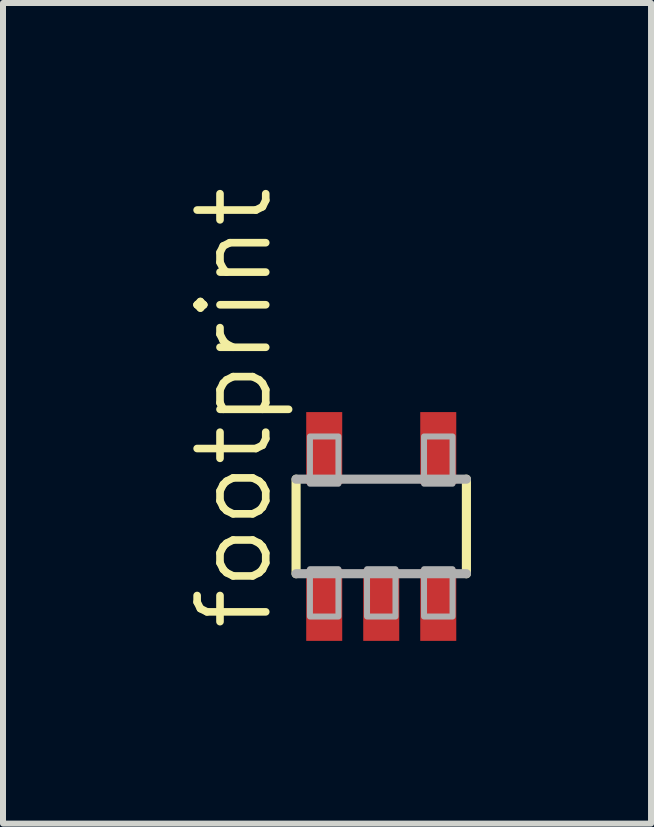
<source format=kicad_pcb>
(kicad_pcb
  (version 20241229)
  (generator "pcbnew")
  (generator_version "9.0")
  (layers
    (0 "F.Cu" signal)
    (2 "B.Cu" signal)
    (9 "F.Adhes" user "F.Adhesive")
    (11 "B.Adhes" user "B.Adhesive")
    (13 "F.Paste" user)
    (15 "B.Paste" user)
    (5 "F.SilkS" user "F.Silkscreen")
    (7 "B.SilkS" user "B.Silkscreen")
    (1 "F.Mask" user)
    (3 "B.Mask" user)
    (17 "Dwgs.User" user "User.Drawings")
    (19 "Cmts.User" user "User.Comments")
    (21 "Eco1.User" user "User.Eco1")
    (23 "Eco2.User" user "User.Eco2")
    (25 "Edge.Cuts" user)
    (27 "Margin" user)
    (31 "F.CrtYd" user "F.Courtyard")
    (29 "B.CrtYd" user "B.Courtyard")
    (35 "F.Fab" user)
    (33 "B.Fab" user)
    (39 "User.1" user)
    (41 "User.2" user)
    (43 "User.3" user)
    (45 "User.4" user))
  (footprint "footprint"
    (layer "F.Cu")
    (at 3.302 5.722)
    (property "Reference" "footprint" (at -1.778 1.778 90) (layer "F.SilkS") (effects (font (size 1.143 1.143) (thickness 0.127)) (justify left bottom)))
    (fp_poly (pts (xy -1.3 -0.675) (xy -0.6 -0.675) (xy -0.6 -1.95) (xy -1.3 -1.95)) (stroke (width 0) (type solid)) (fill yes) (layer "F.Mask"))
    (fp_poly (pts (xy -0.6 0.675) (xy -1.3 0.675) (xy -1.3 1.95) (xy -0.6 1.95)) (stroke (width 0) (type solid)) (fill yes) (layer "F.Mask"))
    (fp_poly (pts (xy 0.35 0.675) (xy -0.35 0.675) (xy -0.35 1.95) (xy 0.35 1.95)) (stroke (width 0) (type solid)) (fill yes) (layer "F.Mask"))
    (fp_poly (pts (xy 0.6 -0.675) (xy 1.3 -0.675) (xy 1.3 -1.95) (xy 0.6 -1.95)) (stroke (width 0) (type solid)) (fill yes) (layer "F.Mask"))
    (fp_poly (pts (xy 1.3 0.675) (xy 0.6 0.675) (xy 0.6 1.95) (xy 1.3 1.95)) (stroke (width 0) (type solid)) (fill yes) (layer "F.Mask"))
    (fp_line (start -1.419 0.787) (end -1.419 -0.788) (stroke (width 0.152) (type solid)) (layer "F.SilkS"))
    (fp_line (start 1.419 -0.788) (end 1.419 0.787) (stroke (width 0.152) (type solid)) (layer "F.SilkS"))
    (fp_line (start -1.419 -0.788) (end 1.419 -0.788) (stroke (width 0.152) (type solid)) (layer "F.Fab"))
    (fp_line (start 1.419 0.787) (end -1.419 0.787) (stroke (width 0.152) (type solid)) (layer "F.Fab"))
    (fp_poly (pts (xy -1.188 -0.713) (xy -0.713 -0.713) (xy -0.713 -1.5) (xy -1.188 -1.5)) (stroke (width 0.1) (type solid)) (fill no) (layer "F.Fab"))
    (fp_poly (pts (xy -1.188 1.5) (xy -0.713 1.5) (xy -0.713 0.712) (xy -1.188 0.712)) (stroke (width 0.1) (type solid)) (fill no) (layer "F.Fab"))
    (fp_poly (pts (xy -0.237 1.5) (xy 0.237 1.5) (xy 0.237 0.712) (xy -0.237 0.712)) (stroke (width 0.1) (type solid)) (fill no) (layer "F.Fab"))
    (fp_poly (pts (xy 0.713 -0.713) (xy 1.188 -0.713) (xy 1.188 -1.5) (xy 0.713 -1.5)) (stroke (width 0.1) (type solid)) (fill no) (layer "F.Fab"))
    (fp_poly (pts (xy 0.713 1.5) (xy 1.188 1.5) (xy 1.188 0.712) (xy 0.713 0.712)) (stroke (width 0.1) (type solid)) (fill no) (layer "F.Fab"))
    (pad "1" smd rect (at -0.95 1.306) (size 0.6 1.2) (layers "F.Cu" "F.Paste"))
    (pad "2" smd rect (at 0 1.306) (size 0.6 1.2) (layers "F.Cu" "F.Paste"))
    (pad "3" smd rect (at 0.95 1.306) (size 0.6 1.2) (layers "F.Cu" "F.Paste"))
    (pad "4" smd rect (at 0.95 -1.306) (size 0.6 1.2) (layers "F.Cu" "F.Paste"))
    (pad "5" smd rect (at -0.95 -1.306) (size 0.6 1.2) (layers "F.Cu" "F.Paste")))
  (gr_rect
    (start -3 -3)
    (end 7.797 10.672)
    (stroke (width 0.1) (type default))
    (fill no)
    (layer "Edge.Cuts")))
</source>
